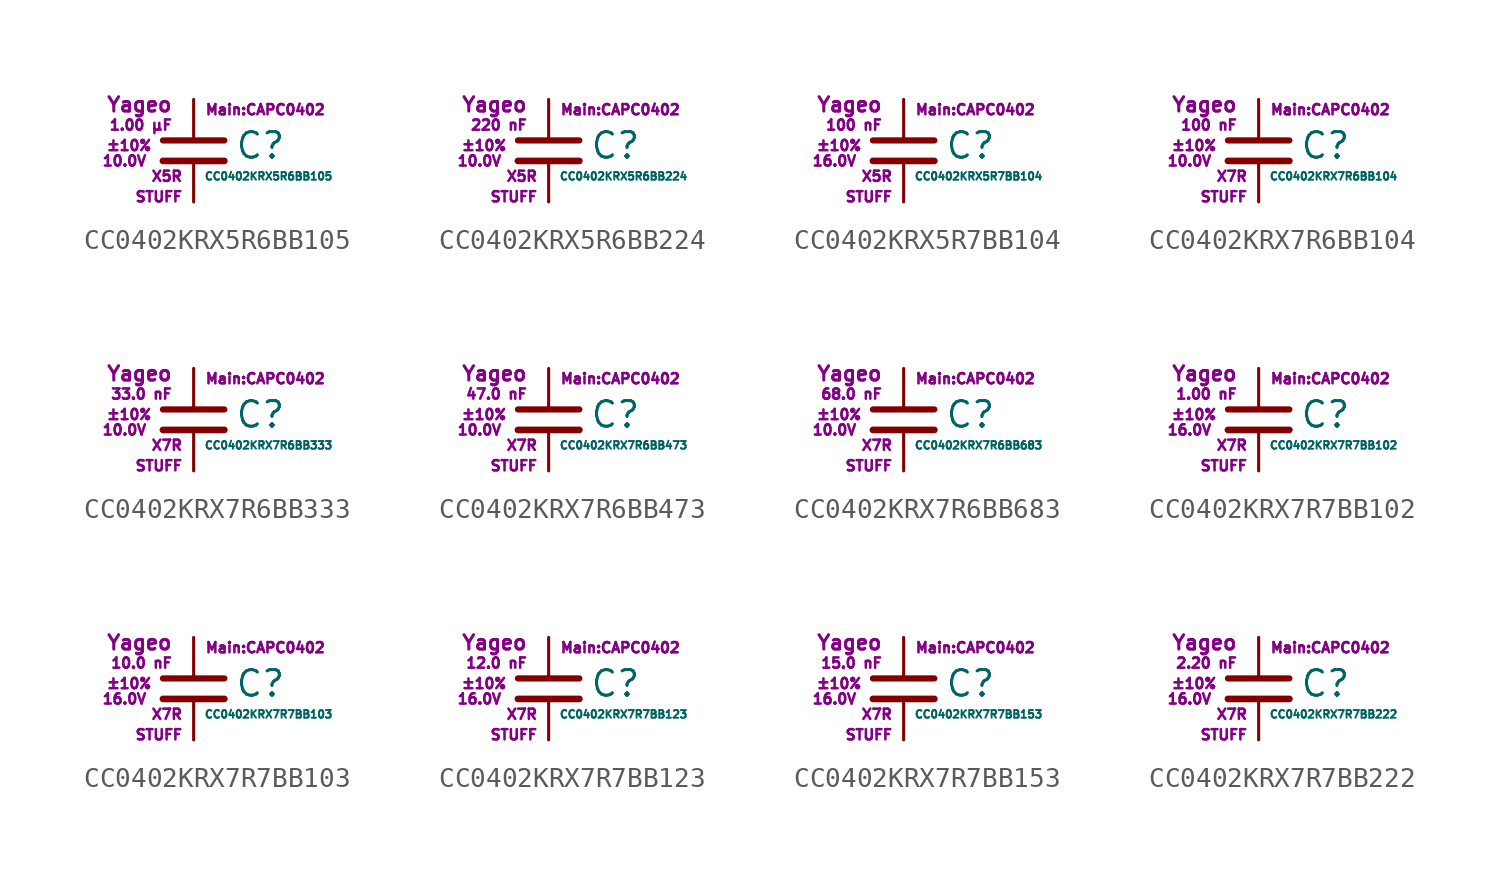
<source format=kicad_sym>
(kicad_symbol_lib
  (version 20211014)
  (generator kicad_symbol_editor)
  (symbol "CC0402KRX5R6BB105"
    (pin_numbers hide)
    (pin_names
      (offset 0.254) hide)
    (property "Reference" "C"
      (at 2.032 0.254 0)
      (effects (font (size 1.27 1.27)) (justify left)))
    (property "Value" "CC0402KRX5R6BB105"
      (at 0.508 -1.27 0)
      (effects (font (size 0.381 0.381)) (justify left)))
    (property "Footprint" "Main:CAPC0402"
      (at 3.556 2.032 0)
      (effects (font (size 0.508 0.508))))
    (property "Datasheet" ""
      (at 0.762 0.508 0)
      (effects (font (size 1.27 1.27))))
    (property "Manufacturer" "Yageo"
      (at -1.016 2.286 0)
      (effects (font (size 0.711 0.711)) (justify right)))
    (property "SKU" "STUFF"
      (at -0.508 -2.286 0)
      (effects (font (size 0.508 0.508)) (justify right)))
    (property "C" "1.00 µF"
      (at -1.016 1.27 0)
      (effects (font (size 0.508 0.508)) (justify right)))
    (property "Tol" "±10%"
      (at -2.032 0.254 0)
      (effects (font (size 0.508 0.508)) (justify right)))
    (property "Vmax" "10.0V"
      (at -2.286 -0.508 0)
      (effects (font (size 0.508 0.508)) (justify right)))
    (property "Type" "X5R"
      (at -0.508 -1.27 0)
      (effects (font (size 0.508 0.508)) (justify right)))
    (symbol "CC0402KRX5R6BB105_0_1"
      (polyline (pts (xy -1.524 -0.508) (xy 1.524 -0.508)) (stroke (width 0.33) (type default) (color 0 0 0 0)) (fill (type none)))
      (polyline (pts (xy -1.524 0.508) (xy 1.524 0.508)) (stroke (width 0.305) (type default) (color 0 0 0 0)) (fill (type none))))
    (symbol "CC0402KRX5R6BB105_1_1"
      (pin passive line (at 0 2.54 270) (length 1.905) (name "~" (effects (font (size 1.016 1.016)))) (number "1" (effects (font (size 1.016 1.016)))))
      (pin passive line (at 0 -2.54 90) (length 2.032) (name "~" (effects (font (size 1.016 1.016)))) (number "2" (effects (font (size 1.016 1.016)))))))
  (symbol "CC0402KRX5R6BB224"
    (pin_numbers hide)
    (pin_names
      (offset 0.254) hide)
    (property "Reference" "C"
      (at 2.032 0.254 0)
      (effects (font (size 1.27 1.27)) (justify left)))
    (property "Value" "CC0402KRX5R6BB224"
      (at 0.508 -1.27 0)
      (effects (font (size 0.381 0.381)) (justify left)))
    (property "Footprint" "Main:CAPC0402"
      (at 3.556 2.032 0)
      (effects (font (size 0.508 0.508))))
    (property "Datasheet" ""
      (at 0.762 0.508 0)
      (effects (font (size 1.27 1.27))))
    (property "Manufacturer" "Yageo"
      (at -1.016 2.286 0)
      (effects (font (size 0.711 0.711)) (justify right)))
    (property "SKU" "STUFF"
      (at -0.508 -2.286 0)
      (effects (font (size 0.508 0.508)) (justify right)))
    (property "C" "220 nF"
      (at -1.016 1.27 0)
      (effects (font (size 0.508 0.508)) (justify right)))
    (property "Tol" "±10%"
      (at -2.032 0.254 0)
      (effects (font (size 0.508 0.508)) (justify right)))
    (property "Vmax" "10.0V"
      (at -2.286 -0.508 0)
      (effects (font (size 0.508 0.508)) (justify right)))
    (property "Type" "X5R"
      (at -0.508 -1.27 0)
      (effects (font (size 0.508 0.508)) (justify right)))
    (symbol "CC0402KRX5R6BB224_0_1"
      (polyline (pts (xy -1.524 -0.508) (xy 1.524 -0.508)) (stroke (width 0.33) (type default) (color 0 0 0 0)) (fill (type none)))
      (polyline (pts (xy -1.524 0.508) (xy 1.524 0.508)) (stroke (width 0.305) (type default) (color 0 0 0 0)) (fill (type none))))
    (symbol "CC0402KRX5R6BB224_1_1"
      (pin passive line (at 0 2.54 270) (length 1.905) (name "~" (effects (font (size 1.016 1.016)))) (number "1" (effects (font (size 1.016 1.016)))))
      (pin passive line (at 0 -2.54 90) (length 2.032) (name "~" (effects (font (size 1.016 1.016)))) (number "2" (effects (font (size 1.016 1.016)))))))
  (symbol "CC0402KRX5R7BB104"
    (pin_numbers hide)
    (pin_names
      (offset 0.254) hide)
    (property "Reference" "C"
      (at 2.032 0.254 0)
      (effects (font (size 1.27 1.27)) (justify left)))
    (property "Value" "CC0402KRX5R7BB104"
      (at 0.508 -1.27 0)
      (effects (font (size 0.381 0.381)) (justify left)))
    (property "Footprint" "Main:CAPC0402"
      (at 3.556 2.032 0)
      (effects (font (size 0.508 0.508))))
    (property "Datasheet" ""
      (at 0.762 0.508 0)
      (effects (font (size 1.27 1.27))))
    (property "Manufacturer" "Yageo"
      (at -1.016 2.286 0)
      (effects (font (size 0.711 0.711)) (justify right)))
    (property "SKU" "STUFF"
      (at -0.508 -2.286 0)
      (effects (font (size 0.508 0.508)) (justify right)))
    (property "C" "100 nF"
      (at -1.016 1.27 0)
      (effects (font (size 0.508 0.508)) (justify right)))
    (property "Tol" "±10%"
      (at -2.032 0.254 0)
      (effects (font (size 0.508 0.508)) (justify right)))
    (property "Vmax" "16.0V"
      (at -2.286 -0.508 0)
      (effects (font (size 0.508 0.508)) (justify right)))
    (property "Type" "X5R"
      (at -0.508 -1.27 0)
      (effects (font (size 0.508 0.508)) (justify right)))
    (symbol "CC0402KRX5R7BB104_0_1"
      (polyline (pts (xy -1.524 -0.508) (xy 1.524 -0.508)) (stroke (width 0.33) (type default) (color 0 0 0 0)) (fill (type none)))
      (polyline (pts (xy -1.524 0.508) (xy 1.524 0.508)) (stroke (width 0.305) (type default) (color 0 0 0 0)) (fill (type none))))
    (symbol "CC0402KRX5R7BB104_1_1"
      (pin passive line (at 0 2.54 270) (length 1.905) (name "~" (effects (font (size 1.016 1.016)))) (number "1" (effects (font (size 1.016 1.016)))))
      (pin passive line (at 0 -2.54 90) (length 2.032) (name "~" (effects (font (size 1.016 1.016)))) (number "2" (effects (font (size 1.016 1.016)))))))
  (symbol "CC0402KRX7R6BB104"
    (pin_numbers hide)
    (pin_names
      (offset 0.254) hide)
    (property "Reference" "C"
      (at 2.032 0.254 0)
      (effects (font (size 1.27 1.27)) (justify left)))
    (property "Value" "CC0402KRX7R6BB104"
      (at 0.508 -1.27 0)
      (effects (font (size 0.381 0.381)) (justify left)))
    (property "Footprint" "Main:CAPC0402"
      (at 3.556 2.032 0)
      (effects (font (size 0.508 0.508))))
    (property "Datasheet" ""
      (at 0.762 0.508 0)
      (effects (font (size 1.27 1.27))))
    (property "Manufacturer" "Yageo"
      (at -1.016 2.286 0)
      (effects (font (size 0.711 0.711)) (justify right)))
    (property "SKU" "STUFF"
      (at -0.508 -2.286 0)
      (effects (font (size 0.508 0.508)) (justify right)))
    (property "C" "100 nF"
      (at -1.016 1.27 0)
      (effects (font (size 0.508 0.508)) (justify right)))
    (property "Tol" "±10%"
      (at -2.032 0.254 0)
      (effects (font (size 0.508 0.508)) (justify right)))
    (property "Vmax" "10.0V"
      (at -2.286 -0.508 0)
      (effects (font (size 0.508 0.508)) (justify right)))
    (property "Type" "X7R"
      (at -0.508 -1.27 0)
      (effects (font (size 0.508 0.508)) (justify right)))
    (symbol "CC0402KRX7R6BB104_0_1"
      (polyline (pts (xy -1.524 -0.508) (xy 1.524 -0.508)) (stroke (width 0.33) (type default) (color 0 0 0 0)) (fill (type none)))
      (polyline (pts (xy -1.524 0.508) (xy 1.524 0.508)) (stroke (width 0.305) (type default) (color 0 0 0 0)) (fill (type none))))
    (symbol "CC0402KRX7R6BB104_1_1"
      (pin passive line (at 0 2.54 270) (length 1.905) (name "~" (effects (font (size 1.016 1.016)))) (number "1" (effects (font (size 1.016 1.016)))))
      (pin passive line (at 0 -2.54 90) (length 2.032) (name "~" (effects (font (size 1.016 1.016)))) (number "2" (effects (font (size 1.016 1.016)))))))
  (symbol "CC0402KRX7R6BB333"
    (pin_numbers hide)
    (pin_names
      (offset 0.254) hide)
    (property "Reference" "C"
      (at 2.032 0.254 0)
      (effects (font (size 1.27 1.27)) (justify left)))
    (property "Value" "CC0402KRX7R6BB333"
      (at 0.508 -1.27 0)
      (effects (font (size 0.381 0.381)) (justify left)))
    (property "Footprint" "Main:CAPC0402"
      (at 3.556 2.032 0)
      (effects (font (size 0.508 0.508))))
    (property "Datasheet" ""
      (at 0.762 0.508 0)
      (effects (font (size 1.27 1.27))))
    (property "Manufacturer" "Yageo"
      (at -1.016 2.286 0)
      (effects (font (size 0.711 0.711)) (justify right)))
    (property "SKU" "STUFF"
      (at -0.508 -2.286 0)
      (effects (font (size 0.508 0.508)) (justify right)))
    (property "C" "33.0 nF"
      (at -1.016 1.27 0)
      (effects (font (size 0.508 0.508)) (justify right)))
    (property "Tol" "±10%"
      (at -2.032 0.254 0)
      (effects (font (size 0.508 0.508)) (justify right)))
    (property "Vmax" "10.0V"
      (at -2.286 -0.508 0)
      (effects (font (size 0.508 0.508)) (justify right)))
    (property "Type" "X7R"
      (at -0.508 -1.27 0)
      (effects (font (size 0.508 0.508)) (justify right)))
    (symbol "CC0402KRX7R6BB333_0_1"
      (polyline (pts (xy -1.524 -0.508) (xy 1.524 -0.508)) (stroke (width 0.33) (type default) (color 0 0 0 0)) (fill (type none)))
      (polyline (pts (xy -1.524 0.508) (xy 1.524 0.508)) (stroke (width 0.305) (type default) (color 0 0 0 0)) (fill (type none))))
    (symbol "CC0402KRX7R6BB333_1_1"
      (pin passive line (at 0 2.54 270) (length 1.905) (name "~" (effects (font (size 1.016 1.016)))) (number "1" (effects (font (size 1.016 1.016)))))
      (pin passive line (at 0 -2.54 90) (length 2.032) (name "~" (effects (font (size 1.016 1.016)))) (number "2" (effects (font (size 1.016 1.016)))))))
  (symbol "CC0402KRX7R6BB473"
    (pin_numbers hide)
    (pin_names
      (offset 0.254) hide)
    (property "Reference" "C"
      (at 2.032 0.254 0)
      (effects (font (size 1.27 1.27)) (justify left)))
    (property "Value" "CC0402KRX7R6BB473"
      (at 0.508 -1.27 0)
      (effects (font (size 0.381 0.381)) (justify left)))
    (property "Footprint" "Main:CAPC0402"
      (at 3.556 2.032 0)
      (effects (font (size 0.508 0.508))))
    (property "Datasheet" ""
      (at 0.762 0.508 0)
      (effects (font (size 1.27 1.27))))
    (property "Manufacturer" "Yageo"
      (at -1.016 2.286 0)
      (effects (font (size 0.711 0.711)) (justify right)))
    (property "SKU" "STUFF"
      (at -0.508 -2.286 0)
      (effects (font (size 0.508 0.508)) (justify right)))
    (property "C" "47.0 nF"
      (at -1.016 1.27 0)
      (effects (font (size 0.508 0.508)) (justify right)))
    (property "Tol" "±10%"
      (at -2.032 0.254 0)
      (effects (font (size 0.508 0.508)) (justify right)))
    (property "Vmax" "10.0V"
      (at -2.286 -0.508 0)
      (effects (font (size 0.508 0.508)) (justify right)))
    (property "Type" "X7R"
      (at -0.508 -1.27 0)
      (effects (font (size 0.508 0.508)) (justify right)))
    (symbol "CC0402KRX7R6BB473_0_1"
      (polyline (pts (xy -1.524 -0.508) (xy 1.524 -0.508)) (stroke (width 0.33) (type default) (color 0 0 0 0)) (fill (type none)))
      (polyline (pts (xy -1.524 0.508) (xy 1.524 0.508)) (stroke (width 0.305) (type default) (color 0 0 0 0)) (fill (type none))))
    (symbol "CC0402KRX7R6BB473_1_1"
      (pin passive line (at 0 2.54 270) (length 1.905) (name "~" (effects (font (size 1.016 1.016)))) (number "1" (effects (font (size 1.016 1.016)))))
      (pin passive line (at 0 -2.54 90) (length 2.032) (name "~" (effects (font (size 1.016 1.016)))) (number "2" (effects (font (size 1.016 1.016)))))))
  (symbol "CC0402KRX7R6BB683"
    (pin_numbers hide)
    (pin_names
      (offset 0.254) hide)
    (property "Reference" "C"
      (at 2.032 0.254 0)
      (effects (font (size 1.27 1.27)) (justify left)))
    (property "Value" "CC0402KRX7R6BB683"
      (at 0.508 -1.27 0)
      (effects (font (size 0.381 0.381)) (justify left)))
    (property "Footprint" "Main:CAPC0402"
      (at 3.556 2.032 0)
      (effects (font (size 0.508 0.508))))
    (property "Datasheet" ""
      (at 0.762 0.508 0)
      (effects (font (size 1.27 1.27))))
    (property "Manufacturer" "Yageo"
      (at -1.016 2.286 0)
      (effects (font (size 0.711 0.711)) (justify right)))
    (property "SKU" "STUFF"
      (at -0.508 -2.286 0)
      (effects (font (size 0.508 0.508)) (justify right)))
    (property "C" "68.0 nF"
      (at -1.016 1.27 0)
      (effects (font (size 0.508 0.508)) (justify right)))
    (property "Tol" "±10%"
      (at -2.032 0.254 0)
      (effects (font (size 0.508 0.508)) (justify right)))
    (property "Vmax" "10.0V"
      (at -2.286 -0.508 0)
      (effects (font (size 0.508 0.508)) (justify right)))
    (property "Type" "X7R"
      (at -0.508 -1.27 0)
      (effects (font (size 0.508 0.508)) (justify right)))
    (symbol "CC0402KRX7R6BB683_0_1"
      (polyline (pts (xy -1.524 -0.508) (xy 1.524 -0.508)) (stroke (width 0.33) (type default) (color 0 0 0 0)) (fill (type none)))
      (polyline (pts (xy -1.524 0.508) (xy 1.524 0.508)) (stroke (width 0.305) (type default) (color 0 0 0 0)) (fill (type none))))
    (symbol "CC0402KRX7R6BB683_1_1"
      (pin passive line (at 0 2.54 270) (length 1.905) (name "~" (effects (font (size 1.016 1.016)))) (number "1" (effects (font (size 1.016 1.016)))))
      (pin passive line (at 0 -2.54 90) (length 2.032) (name "~" (effects (font (size 1.016 1.016)))) (number "2" (effects (font (size 1.016 1.016)))))))
  (symbol "CC0402KRX7R7BB102"
    (pin_numbers hide)
    (pin_names
      (offset 0.254) hide)
    (property "Reference" "C"
      (at 2.032 0.254 0)
      (effects (font (size 1.27 1.27)) (justify left)))
    (property "Value" "CC0402KRX7R7BB102"
      (at 0.508 -1.27 0)
      (effects (font (size 0.381 0.381)) (justify left)))
    (property "Footprint" "Main:CAPC0402"
      (at 3.556 2.032 0)
      (effects (font (size 0.508 0.508))))
    (property "Datasheet" ""
      (at 0.762 0.508 0)
      (effects (font (size 1.27 1.27))))
    (property "Manufacturer" "Yageo"
      (at -1.016 2.286 0)
      (effects (font (size 0.711 0.711)) (justify right)))
    (property "SKU" "STUFF"
      (at -0.508 -2.286 0)
      (effects (font (size 0.508 0.508)) (justify right)))
    (property "C" "1.00 nF"
      (at -1.016 1.27 0)
      (effects (font (size 0.508 0.508)) (justify right)))
    (property "Tol" "±10%"
      (at -2.032 0.254 0)
      (effects (font (size 0.508 0.508)) (justify right)))
    (property "Vmax" "16.0V"
      (at -2.286 -0.508 0)
      (effects (font (size 0.508 0.508)) (justify right)))
    (property "Type" "X7R"
      (at -0.508 -1.27 0)
      (effects (font (size 0.508 0.508)) (justify right)))
    (symbol "CC0402KRX7R7BB102_0_1"
      (polyline (pts (xy -1.524 -0.508) (xy 1.524 -0.508)) (stroke (width 0.33) (type default) (color 0 0 0 0)) (fill (type none)))
      (polyline (pts (xy -1.524 0.508) (xy 1.524 0.508)) (stroke (width 0.305) (type default) (color 0 0 0 0)) (fill (type none))))
    (symbol "CC0402KRX7R7BB102_1_1"
      (pin passive line (at 0 2.54 270) (length 1.905) (name "~" (effects (font (size 1.016 1.016)))) (number "1" (effects (font (size 1.016 1.016)))))
      (pin passive line (at 0 -2.54 90) (length 2.032) (name "~" (effects (font (size 1.016 1.016)))) (number "2" (effects (font (size 1.016 1.016)))))))
  (symbol "CC0402KRX7R7BB103"
    (pin_numbers hide)
    (pin_names
      (offset 0.254) hide)
    (property "Reference" "C"
      (at 2.032 0.254 0)
      (effects (font (size 1.27 1.27)) (justify left)))
    (property "Value" "CC0402KRX7R7BB103"
      (at 0.508 -1.27 0)
      (effects (font (size 0.381 0.381)) (justify left)))
    (property "Footprint" "Main:CAPC0402"
      (at 3.556 2.032 0)
      (effects (font (size 0.508 0.508))))
    (property "Datasheet" ""
      (at 0.762 0.508 0)
      (effects (font (size 1.27 1.27))))
    (property "Manufacturer" "Yageo"
      (at -1.016 2.286 0)
      (effects (font (size 0.711 0.711)) (justify right)))
    (property "SKU" "STUFF"
      (at -0.508 -2.286 0)
      (effects (font (size 0.508 0.508)) (justify right)))
    (property "C" "10.0 nF"
      (at -1.016 1.27 0)
      (effects (font (size 0.508 0.508)) (justify right)))
    (property "Tol" "±10%"
      (at -2.032 0.254 0)
      (effects (font (size 0.508 0.508)) (justify right)))
    (property "Vmax" "16.0V"
      (at -2.286 -0.508 0)
      (effects (font (size 0.508 0.508)) (justify right)))
    (property "Type" "X7R"
      (at -0.508 -1.27 0)
      (effects (font (size 0.508 0.508)) (justify right)))
    (symbol "CC0402KRX7R7BB103_0_1"
      (polyline (pts (xy -1.524 -0.508) (xy 1.524 -0.508)) (stroke (width 0.33) (type default) (color 0 0 0 0)) (fill (type none)))
      (polyline (pts (xy -1.524 0.508) (xy 1.524 0.508)) (stroke (width 0.305) (type default) (color 0 0 0 0)) (fill (type none))))
    (symbol "CC0402KRX7R7BB103_1_1"
      (pin passive line (at 0 2.54 270) (length 1.905) (name "~" (effects (font (size 1.016 1.016)))) (number "1" (effects (font (size 1.016 1.016)))))
      (pin passive line (at 0 -2.54 90) (length 2.032) (name "~" (effects (font (size 1.016 1.016)))) (number "2" (effects (font (size 1.016 1.016)))))))
  (symbol "CC0402KRX7R7BB123"
    (pin_numbers hide)
    (pin_names
      (offset 0.254) hide)
    (property "Reference" "C"
      (at 2.032 0.254 0)
      (effects (font (size 1.27 1.27)) (justify left)))
    (property "Value" "CC0402KRX7R7BB123"
      (at 0.508 -1.27 0)
      (effects (font (size 0.381 0.381)) (justify left)))
    (property "Footprint" "Main:CAPC0402"
      (at 3.556 2.032 0)
      (effects (font (size 0.508 0.508))))
    (property "Datasheet" ""
      (at 0.762 0.508 0)
      (effects (font (size 1.27 1.27))))
    (property "Manufacturer" "Yageo"
      (at -1.016 2.286 0)
      (effects (font (size 0.711 0.711)) (justify right)))
    (property "SKU" "STUFF"
      (at -0.508 -2.286 0)
      (effects (font (size 0.508 0.508)) (justify right)))
    (property "C" "12.0 nF"
      (at -1.016 1.27 0)
      (effects (font (size 0.508 0.508)) (justify right)))
    (property "Tol" "±10%"
      (at -2.032 0.254 0)
      (effects (font (size 0.508 0.508)) (justify right)))
    (property "Vmax" "16.0V"
      (at -2.286 -0.508 0)
      (effects (font (size 0.508 0.508)) (justify right)))
    (property "Type" "X7R"
      (at -0.508 -1.27 0)
      (effects (font (size 0.508 0.508)) (justify right)))
    (symbol "CC0402KRX7R7BB123_0_1"
      (polyline (pts (xy -1.524 -0.508) (xy 1.524 -0.508)) (stroke (width 0.33) (type default) (color 0 0 0 0)) (fill (type none)))
      (polyline (pts (xy -1.524 0.508) (xy 1.524 0.508)) (stroke (width 0.305) (type default) (color 0 0 0 0)) (fill (type none))))
    (symbol "CC0402KRX7R7BB123_1_1"
      (pin passive line (at 0 2.54 270) (length 1.905) (name "~" (effects (font (size 1.016 1.016)))) (number "1" (effects (font (size 1.016 1.016)))))
      (pin passive line (at 0 -2.54 90) (length 2.032) (name "~" (effects (font (size 1.016 1.016)))) (number "2" (effects (font (size 1.016 1.016)))))))
  (symbol "CC0402KRX7R7BB153"
    (pin_numbers hide)
    (pin_names
      (offset 0.254) hide)
    (property "Reference" "C"
      (at 2.032 0.254 0)
      (effects (font (size 1.27 1.27)) (justify left)))
    (property "Value" "CC0402KRX7R7BB153"
      (at 0.508 -1.27 0)
      (effects (font (size 0.381 0.381)) (justify left)))
    (property "Footprint" "Main:CAPC0402"
      (at 3.556 2.032 0)
      (effects (font (size 0.508 0.508))))
    (property "Datasheet" ""
      (at 0.762 0.508 0)
      (effects (font (size 1.27 1.27))))
    (property "Manufacturer" "Yageo"
      (at -1.016 2.286 0)
      (effects (font (size 0.711 0.711)) (justify right)))
    (property "SKU" "STUFF"
      (at -0.508 -2.286 0)
      (effects (font (size 0.508 0.508)) (justify right)))
    (property "C" "15.0 nF"
      (at -1.016 1.27 0)
      (effects (font (size 0.508 0.508)) (justify right)))
    (property "Tol" "±10%"
      (at -2.032 0.254 0)
      (effects (font (size 0.508 0.508)) (justify right)))
    (property "Vmax" "16.0V"
      (at -2.286 -0.508 0)
      (effects (font (size 0.508 0.508)) (justify right)))
    (property "Type" "X7R"
      (at -0.508 -1.27 0)
      (effects (font (size 0.508 0.508)) (justify right)))
    (symbol "CC0402KRX7R7BB153_0_1"
      (polyline (pts (xy -1.524 -0.508) (xy 1.524 -0.508)) (stroke (width 0.33) (type default) (color 0 0 0 0)) (fill (type none)))
      (polyline (pts (xy -1.524 0.508) (xy 1.524 0.508)) (stroke (width 0.305) (type default) (color 0 0 0 0)) (fill (type none))))
    (symbol "CC0402KRX7R7BB153_1_1"
      (pin passive line (at 0 2.54 270) (length 1.905) (name "~" (effects (font (size 1.016 1.016)))) (number "1" (effects (font (size 1.016 1.016)))))
      (pin passive line (at 0 -2.54 90) (length 2.032) (name "~" (effects (font (size 1.016 1.016)))) (number "2" (effects (font (size 1.016 1.016)))))))
  (symbol "CC0402KRX7R7BB222"
    (pin_numbers hide)
    (pin_names
      (offset 0.254) hide)
    (property "Reference" "C"
      (at 2.032 0.254 0)
      (effects (font (size 1.27 1.27)) (justify left)))
    (property "Value" "CC0402KRX7R7BB222"
      (at 0.508 -1.27 0)
      (effects (font (size 0.381 0.381)) (justify left)))
    (property "Footprint" "Main:CAPC0402"
      (at 3.556 2.032 0)
      (effects (font (size 0.508 0.508))))
    (property "Datasheet" ""
      (at 0.762 0.508 0)
      (effects (font (size 1.27 1.27))))
    (property "Manufacturer" "Yageo"
      (at -1.016 2.286 0)
      (effects (font (size 0.711 0.711)) (justify right)))
    (property "SKU" "STUFF"
      (at -0.508 -2.286 0)
      (effects (font (size 0.508 0.508)) (justify right)))
    (property "C" "2.20 nF"
      (at -1.016 1.27 0)
      (effects (font (size 0.508 0.508)) (justify right)))
    (property "Tol" "±10%"
      (at -2.032 0.254 0)
      (effects (font (size 0.508 0.508)) (justify right)))
    (property "Vmax" "16.0V"
      (at -2.286 -0.508 0)
      (effects (font (size 0.508 0.508)) (justify right)))
    (property "Type" "X7R"
      (at -0.508 -1.27 0)
      (effects (font (size 0.508 0.508)) (justify right)))
    (symbol "CC0402KRX7R7BB222_0_1"
      (polyline (pts (xy -1.524 -0.508) (xy 1.524 -0.508)) (stroke (width 0.33) (type default) (color 0 0 0 0)) (fill (type none)))
      (polyline (pts (xy -1.524 0.508) (xy 1.524 0.508)) (stroke (width 0.305) (type default) (color 0 0 0 0)) (fill (type none))))
    (symbol "CC0402KRX7R7BB222_1_1"
      (pin passive line (at 0 2.54 270) (length 1.905) (name "~" (effects (font (size 1.016 1.016)))) (number "1" (effects (font (size 1.016 1.016)))))
      (pin passive line (at 0 -2.54 90) (length 2.032) (name "~" (effects (font (size 1.016 1.016)))) (number "2" (effects (font (size 1.016 1.016))))))))
</source>
